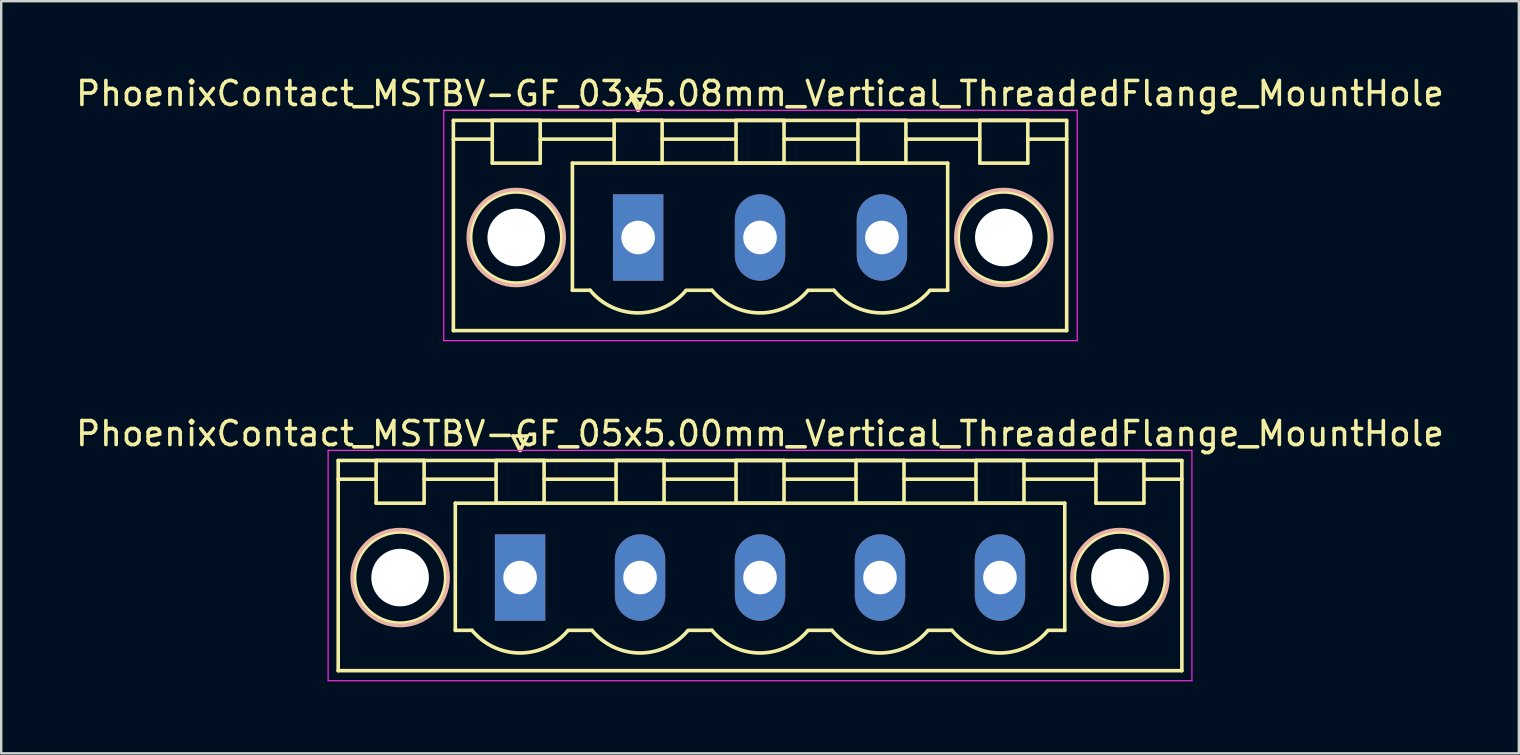
<source format=kicad_pcb>
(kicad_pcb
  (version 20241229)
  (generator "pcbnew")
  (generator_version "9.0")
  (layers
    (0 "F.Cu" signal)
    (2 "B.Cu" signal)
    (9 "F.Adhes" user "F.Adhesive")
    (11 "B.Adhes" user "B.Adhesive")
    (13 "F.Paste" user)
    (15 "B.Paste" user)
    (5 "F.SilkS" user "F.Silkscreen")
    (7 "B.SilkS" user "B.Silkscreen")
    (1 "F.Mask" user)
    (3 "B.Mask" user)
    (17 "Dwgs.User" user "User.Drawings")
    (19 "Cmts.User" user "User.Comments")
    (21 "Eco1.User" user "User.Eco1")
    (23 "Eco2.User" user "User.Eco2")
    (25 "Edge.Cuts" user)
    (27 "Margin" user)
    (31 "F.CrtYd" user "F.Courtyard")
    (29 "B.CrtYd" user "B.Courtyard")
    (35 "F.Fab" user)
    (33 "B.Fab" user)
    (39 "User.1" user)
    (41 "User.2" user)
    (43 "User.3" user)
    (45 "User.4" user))
  (footprint "PhoenixContact_MSTBV-GF_03x5.08mm_Vertical_ThreadedFlange_MountHole"
    (layer "F.Cu")
    (at 23.545 6.848)
    (property "Reference" "PhoenixContact_MSTBV-GF_03x5.08mm_Vertical_ThreadedFlange_MountHole" (at 5.08 -6 0) (layer "F.SilkS") (effects (font (size 1 1) (thickness 0.15))))
    (attr through_hole)
    (fp_line (start -7.7 -4.88) (end -7.7 3.88) (stroke (width 0.15) (type solid)) (layer "F.SilkS"))
    (fp_line (start -7.7 -4.1) (end -6.16 -4.1) (stroke (width 0.15) (type solid)) (layer "F.SilkS"))
    (fp_line (start -7.7 3.88) (end 17.86 3.88) (stroke (width 0.15) (type solid)) (layer "F.SilkS"))
    (fp_line (start -6.08 -4.88) (end -4.08 -4.88) (stroke (width 0.15) (type solid)) (layer "F.SilkS"))
    (fp_line (start -6.08 -3.1) (end -6.08 -4.88) (stroke (width 0.15) (type solid)) (layer "F.SilkS"))
    (fp_line (start -4.08 -4.88) (end -4.08 -3.1) (stroke (width 0.15) (type solid)) (layer "F.SilkS"))
    (fp_line (start -4.08 -4.1) (end -1 -4.1) (stroke (width 0.15) (type solid)) (layer "F.SilkS"))
    (fp_line (start -4.08 -3.1) (end -6.08 -3.1) (stroke (width 0.15) (type solid)) (layer "F.SilkS"))
    (fp_line (start -2.74 -3.1) (end 12.9 -3.1) (stroke (width 0.15) (type solid)) (layer "F.SilkS"))
    (fp_line (start -2.74 2.2) (end -2.74 -3.1) (stroke (width 0.15) (type solid)) (layer "F.SilkS"))
    (fp_line (start -2 2.2) (end -2.74 2.2) (stroke (width 0.15) (type solid)) (layer "F.SilkS"))
    (fp_line (start -1 -4.88) (end 1 -4.88) (stroke (width 0.15) (type solid)) (layer "F.SilkS"))
    (fp_line (start -1 -3.1) (end -1 -4.88) (stroke (width 0.15) (type solid)) (layer "F.SilkS"))
    (fp_line (start -0.3 -5.9) (end 0 -5.3) (stroke (width 0.15) (type solid)) (layer "F.SilkS"))
    (fp_line (start 0 -5.3) (end 0.3 -5.9) (stroke (width 0.15) (type solid)) (layer "F.SilkS"))
    (fp_line (start 0.3 -5.9) (end -0.3 -5.9) (stroke (width 0.15) (type solid)) (layer "F.SilkS"))
    (fp_line (start 1 -4.88) (end 1 -3.1) (stroke (width 0.15) (type solid)) (layer "F.SilkS"))
    (fp_line (start 1 -4.1) (end 4.08 -4.1) (stroke (width 0.15) (type solid)) (layer "F.SilkS"))
    (fp_line (start 1 -3.1) (end -1 -3.1) (stroke (width 0.15) (type solid)) (layer "F.SilkS"))
    (fp_line (start 2 2.2) (end 3.08 2.2) (stroke (width 0.15) (type solid)) (layer "F.SilkS"))
    (fp_line (start 4.08 -4.88) (end 6.08 -4.88) (stroke (width 0.15) (type solid)) (layer "F.SilkS"))
    (fp_line (start 4.08 -3.1) (end 4.08 -4.88) (stroke (width 0.15) (type solid)) (layer "F.SilkS"))
    (fp_line (start 6.08 -4.88) (end 6.08 -3.1) (stroke (width 0.15) (type solid)) (layer "F.SilkS"))
    (fp_line (start 6.08 -4.1) (end 9.16 -4.1) (stroke (width 0.15) (type solid)) (layer "F.SilkS"))
    (fp_line (start 6.08 -3.1) (end 4.08 -3.1) (stroke (width 0.15) (type solid)) (layer "F.SilkS"))
    (fp_line (start 7.08 2.2) (end 8.16 2.2) (stroke (width 0.15) (type solid)) (layer "F.SilkS"))
    (fp_line (start 9.16 -4.88) (end 11.16 -4.88) (stroke (width 0.15) (type solid)) (layer "F.SilkS"))
    (fp_line (start 9.16 -3.1) (end 9.16 -4.88) (stroke (width 0.15) (type solid)) (layer "F.SilkS"))
    (fp_line (start 11.16 -4.88) (end 11.16 -3.1) (stroke (width 0.15) (type solid)) (layer "F.SilkS"))
    (fp_line (start 11.16 -4.1) (end 14.24 -4.1) (stroke (width 0.15) (type solid)) (layer "F.SilkS"))
    (fp_line (start 11.16 -3.1) (end 9.16 -3.1) (stroke (width 0.15) (type solid)) (layer "F.SilkS"))
    (fp_line (start 12.9 -3.1) (end 12.9 2.2) (stroke (width 0.15) (type solid)) (layer "F.SilkS"))
    (fp_line (start 12.9 2.2) (end 12.16 2.2) (stroke (width 0.15) (type solid)) (layer "F.SilkS"))
    (fp_line (start 14.24 -4.88) (end 16.24 -4.88) (stroke (width 0.15) (type solid)) (layer "F.SilkS"))
    (fp_line (start 14.24 -3.1) (end 14.24 -4.88) (stroke (width 0.15) (type solid)) (layer "F.SilkS"))
    (fp_line (start 16.24 -4.88) (end 16.24 -3.1) (stroke (width 0.15) (type solid)) (layer "F.SilkS"))
    (fp_line (start 16.24 -3.1) (end 14.24 -3.1) (stroke (width 0.15) (type solid)) (layer "F.SilkS"))
    (fp_line (start 17.86 -4.88) (end -7.7 -4.88) (stroke (width 0.15) (type solid)) (layer "F.SilkS"))
    (fp_line (start 17.86 -4.1) (end 16.32 -4.1) (stroke (width 0.15) (type solid)) (layer "F.SilkS"))
    (fp_line (start 17.86 3.88) (end 17.86 -4.88) (stroke (width 0.15) (type solid)) (layer "F.SilkS"))
    (fp_arc (start 1.986842 2.215821) (mid -0.010289 3.142758) (end -2 2.2) (stroke (width 0.15) (type solid)) (layer "F.SilkS"))
    (fp_arc (start 7.066842 2.215821) (mid 5.069711 3.142758) (end 3.08 2.2) (stroke (width 0.15) (type solid)) (layer "F.SilkS"))
    (fp_arc (start 12.146842 2.215821) (mid 10.149711 3.142758) (end 8.16 2.2) (stroke (width 0.15) (type solid)) (layer "F.SilkS"))
    (fp_circle (center -5.08 0) (end -3.18 0) (stroke (width 0.15) (type solid)) (fill no) (layer "F.SilkS"))
    (fp_circle (center 15.24 0) (end 17.14 0) (stroke (width 0.15) (type solid)) (fill no) (layer "F.SilkS"))
    (fp_circle (center -5.08 0) (end -3.08 0) (stroke (width 0.15) (type solid)) (fill no) (layer "B.SilkS"))
    (fp_circle (center 15.24 0) (end 17.24 0) (stroke (width 0.15) (type solid)) (fill no) (layer "B.SilkS"))
    (fp_line (start -8.1 -5.3) (end -8.1 4.3) (stroke (width 0.05) (type solid)) (layer "F.CrtYd"))
    (fp_line (start -8.1 4.3) (end 18.3 4.3) (stroke (width 0.05) (type solid)) (layer "F.CrtYd"))
    (fp_line (start 18.3 -5.3) (end -8.1 -5.3) (stroke (width 0.05) (type solid)) (layer "F.CrtYd"))
    (fp_line (start 18.3 4.3) (end 18.3 -5.3) (stroke (width 0.05) (type solid)) (layer "F.CrtYd"))
    (pad "" np_thru_hole circle (at -5.08 0) (size 2.4 2.4) (drill 2.4) (layers "*.Cu" "*.Mask"))
    (pad "" np_thru_hole circle (at 15.24 0) (size 2.4 2.4) (drill 2.4) (layers "*.Cu" "*.Mask"))
    (pad "1" thru_hole rect (at 0 0) (size 2.1 3.6) (drill 1.4) (layers "*.Cu" "*.Mask"))
    (pad "2" thru_hole oval (at 5.08 0) (size 2.1 3.6) (drill 1.4) (layers "*.Cu" "*.Mask"))
    (pad "3" thru_hole oval (at 10.16 0) (size 2.1 3.6) (drill 1.4) (layers "*.Cu" "*.Mask")))
  (footprint "PhoenixContact_MSTBV-GF_05x5.00mm_Vertical_ThreadedFlange_MountHole"
    (layer "F.Cu")
    (at 18.625 21.021)
    (property "Reference" "PhoenixContact_MSTBV-GF_05x5.00mm_Vertical_ThreadedFlange_MountHole" (at 10 -6 0) (layer "F.SilkS") (effects (font (size 1 1) (thickness 0.15))))
    (attr through_hole)
    (fp_line (start -7.58 -4.88) (end -7.58 3.88) (stroke (width 0.15) (type solid)) (layer "F.SilkS"))
    (fp_line (start -7.58 -4.1) (end -6.08 -4.1) (stroke (width 0.15) (type solid)) (layer "F.SilkS"))
    (fp_line (start -7.58 3.88) (end 27.58 3.88) (stroke (width 0.15) (type solid)) (layer "F.SilkS"))
    (fp_line (start -6 -4.88) (end -4 -4.88) (stroke (width 0.15) (type solid)) (layer "F.SilkS"))
    (fp_line (start -6 -3.1) (end -6 -4.88) (stroke (width 0.15) (type solid)) (layer "F.SilkS"))
    (fp_line (start -4 -4.88) (end -4 -3.1) (stroke (width 0.15) (type solid)) (layer "F.SilkS"))
    (fp_line (start -4 -4.1) (end -1 -4.1) (stroke (width 0.15) (type solid)) (layer "F.SilkS"))
    (fp_line (start -4 -3.1) (end -6 -3.1) (stroke (width 0.15) (type solid)) (layer "F.SilkS"))
    (fp_line (start -2.7 -3.1) (end 22.7 -3.1) (stroke (width 0.15) (type solid)) (layer "F.SilkS"))
    (fp_line (start -2.7 2.2) (end -2.7 -3.1) (stroke (width 0.15) (type solid)) (layer "F.SilkS"))
    (fp_line (start -2 2.2) (end -2.7 2.2) (stroke (width 0.15) (type solid)) (layer "F.SilkS"))
    (fp_line (start -1 -4.88) (end 1 -4.88) (stroke (width 0.15) (type solid)) (layer "F.SilkS"))
    (fp_line (start -1 -3.1) (end -1 -4.88) (stroke (width 0.15) (type solid)) (layer "F.SilkS"))
    (fp_line (start -0.3 -5.9) (end 0 -5.3) (stroke (width 0.15) (type solid)) (layer "F.SilkS"))
    (fp_line (start 0 -5.3) (end 0.3 -5.9) (stroke (width 0.15) (type solid)) (layer "F.SilkS"))
    (fp_line (start 0.3 -5.9) (end -0.3 -5.9) (stroke (width 0.15) (type solid)) (layer "F.SilkS"))
    (fp_line (start 1 -4.88) (end 1 -3.1) (stroke (width 0.15) (type solid)) (layer "F.SilkS"))
    (fp_line (start 1 -4.1) (end 4 -4.1) (stroke (width 0.15) (type solid)) (layer "F.SilkS"))
    (fp_line (start 1 -3.1) (end -1 -3.1) (stroke (width 0.15) (type solid)) (layer "F.SilkS"))
    (fp_line (start 2 2.2) (end 3 2.2) (stroke (width 0.15) (type solid)) (layer "F.SilkS"))
    (fp_line (start 4 -4.88) (end 6 -4.88) (stroke (width 0.15) (type solid)) (layer "F.SilkS"))
    (fp_line (start 4 -3.1) (end 4 -4.88) (stroke (width 0.15) (type solid)) (layer "F.SilkS"))
    (fp_line (start 6 -4.88) (end 6 -3.1) (stroke (width 0.15) (type solid)) (layer "F.SilkS"))
    (fp_line (start 6 -4.1) (end 9 -4.1) (stroke (width 0.15) (type solid)) (layer "F.SilkS"))
    (fp_line (start 6 -3.1) (end 4 -3.1) (stroke (width 0.15) (type solid)) (layer "F.SilkS"))
    (fp_line (start 7 2.2) (end 8 2.2) (stroke (width 0.15) (type solid)) (layer "F.SilkS"))
    (fp_line (start 9 -4.88) (end 11 -4.88) (stroke (width 0.15) (type solid)) (layer "F.SilkS"))
    (fp_line (start 9 -3.1) (end 9 -4.88) (stroke (width 0.15) (type solid)) (layer "F.SilkS"))
    (fp_line (start 11 -4.88) (end 11 -3.1) (stroke (width 0.15) (type solid)) (layer "F.SilkS"))
    (fp_line (start 11 -4.1) (end 14 -4.1) (stroke (width 0.15) (type solid)) (layer "F.SilkS"))
    (fp_line (start 11 -3.1) (end 9 -3.1) (stroke (width 0.15) (type solid)) (layer "F.SilkS"))
    (fp_line (start 12 2.2) (end 13 2.2) (stroke (width 0.15) (type solid)) (layer "F.SilkS"))
    (fp_line (start 14 -4.88) (end 16 -4.88) (stroke (width 0.15) (type solid)) (layer "F.SilkS"))
    (fp_line (start 14 -3.1) (end 14 -4.88) (stroke (width 0.15) (type solid)) (layer "F.SilkS"))
    (fp_line (start 16 -4.88) (end 16 -3.1) (stroke (width 0.15) (type solid)) (layer "F.SilkS"))
    (fp_line (start 16 -4.1) (end 19 -4.1) (stroke (width 0.15) (type solid)) (layer "F.SilkS"))
    (fp_line (start 16 -3.1) (end 14 -3.1) (stroke (width 0.15) (type solid)) (layer "F.SilkS"))
    (fp_line (start 17 2.2) (end 18 2.2) (stroke (width 0.15) (type solid)) (layer "F.SilkS"))
    (fp_line (start 19 -4.88) (end 21 -4.88) (stroke (width 0.15) (type solid)) (layer "F.SilkS"))
    (fp_line (start 19 -3.1) (end 19 -4.88) (stroke (width 0.15) (type solid)) (layer "F.SilkS"))
    (fp_line (start 21 -4.88) (end 21 -3.1) (stroke (width 0.15) (type solid)) (layer "F.SilkS"))
    (fp_line (start 21 -4.1) (end 24 -4.1) (stroke (width 0.15) (type solid)) (layer "F.SilkS"))
    (fp_line (start 21 -3.1) (end 19 -3.1) (stroke (width 0.15) (type solid)) (layer "F.SilkS"))
    (fp_line (start 22.7 -3.1) (end 22.7 2.2) (stroke (width 0.15) (type solid)) (layer "F.SilkS"))
    (fp_line (start 22.7 2.2) (end 22 2.2) (stroke (width 0.15) (type solid)) (layer "F.SilkS"))
    (fp_line (start 24 -4.88) (end 26 -4.88) (stroke (width 0.15) (type solid)) (layer "F.SilkS"))
    (fp_line (start 24 -3.1) (end 24 -4.88) (stroke (width 0.15) (type solid)) (layer "F.SilkS"))
    (fp_line (start 26 -4.88) (end 26 -3.1) (stroke (width 0.15) (type solid)) (layer "F.SilkS"))
    (fp_line (start 26 -3.1) (end 24 -3.1) (stroke (width 0.15) (type solid)) (layer "F.SilkS"))
    (fp_line (start 27.58 -4.88) (end -7.58 -4.88) (stroke (width 0.15) (type solid)) (layer "F.SilkS"))
    (fp_line (start 27.58 -4.1) (end 26.08 -4.1) (stroke (width 0.15) (type solid)) (layer "F.SilkS"))
    (fp_line (start 27.58 3.88) (end 27.58 -4.88) (stroke (width 0.15) (type solid)) (layer "F.SilkS"))
    (fp_arc (start 1.986842 2.215821) (mid -0.010289 3.142758) (end -2 2.2) (stroke (width 0.15) (type solid)) (layer "F.SilkS"))
    (fp_arc (start 6.986842 2.215821) (mid 4.989711 3.142758) (end 3 2.2) (stroke (width 0.15) (type solid)) (layer "F.SilkS"))
    (fp_arc (start 11.986842 2.215821) (mid 9.989711 3.142758) (end 8 2.2) (stroke (width 0.15) (type solid)) (layer "F.SilkS"))
    (fp_arc (start 16.986842 2.215821) (mid 14.989711 3.142758) (end 13 2.2) (stroke (width 0.15) (type solid)) (layer "F.SilkS"))
    (fp_arc (start 21.986842 2.215821) (mid 19.989711 3.142758) (end 18 2.2) (stroke (width 0.15) (type solid)) (layer "F.SilkS"))
    (fp_circle (center -5 0) (end -3.1 0) (stroke (width 0.15) (type solid)) (fill no) (layer "F.SilkS"))
    (fp_circle (center 25 0) (end 26.9 0) (stroke (width 0.15) (type solid)) (fill no) (layer "F.SilkS"))
    (fp_circle (center -5 0) (end -3 0) (stroke (width 0.15) (type solid)) (fill no) (layer "B.SilkS"))
    (fp_circle (center 25 0) (end 27 0) (stroke (width 0.15) (type solid)) (fill no) (layer "B.SilkS"))
    (fp_line (start -8 -5.3) (end -8 4.3) (stroke (width 0.05) (type solid)) (layer "F.CrtYd"))
    (fp_line (start -8 4.3) (end 28 4.3) (stroke (width 0.05) (type solid)) (layer "F.CrtYd"))
    (fp_line (start 28 -5.3) (end -8 -5.3) (stroke (width 0.05) (type solid)) (layer "F.CrtYd"))
    (fp_line (start 28 4.3) (end 28 -5.3) (stroke (width 0.05) (type solid)) (layer "F.CrtYd"))
    (pad "" np_thru_hole circle (at -5 0) (size 2.4 2.4) (drill 2.4) (layers "*.Cu" "*.Mask"))
    (pad "" np_thru_hole circle (at 25 0) (size 2.4 2.4) (drill 2.4) (layers "*.Cu" "*.Mask"))
    (pad "1" thru_hole rect (at 0 0) (size 2.1 3.6) (drill 1.4) (layers "*.Cu" "*.Mask"))
    (pad "2" thru_hole oval (at 5 0) (size 2.1 3.6) (drill 1.4) (layers "*.Cu" "*.Mask"))
    (pad "3" thru_hole oval (at 10 0) (size 2.1 3.6) (drill 1.4) (layers "*.Cu" "*.Mask"))
    (pad "4" thru_hole oval (at 15 0) (size 2.1 3.6) (drill 1.4) (layers "*.Cu" "*.Mask"))
    (pad "5" thru_hole oval (at 20 0) (size 2.1 3.6) (drill 1.4) (layers "*.Cu" "*.Mask")))
  (gr_rect
    (start -3 -3)
    (end 60.25 28.346)
    (stroke (width 0.1) (type default))
    (fill no)
    (layer "Edge.Cuts")))
</source>
